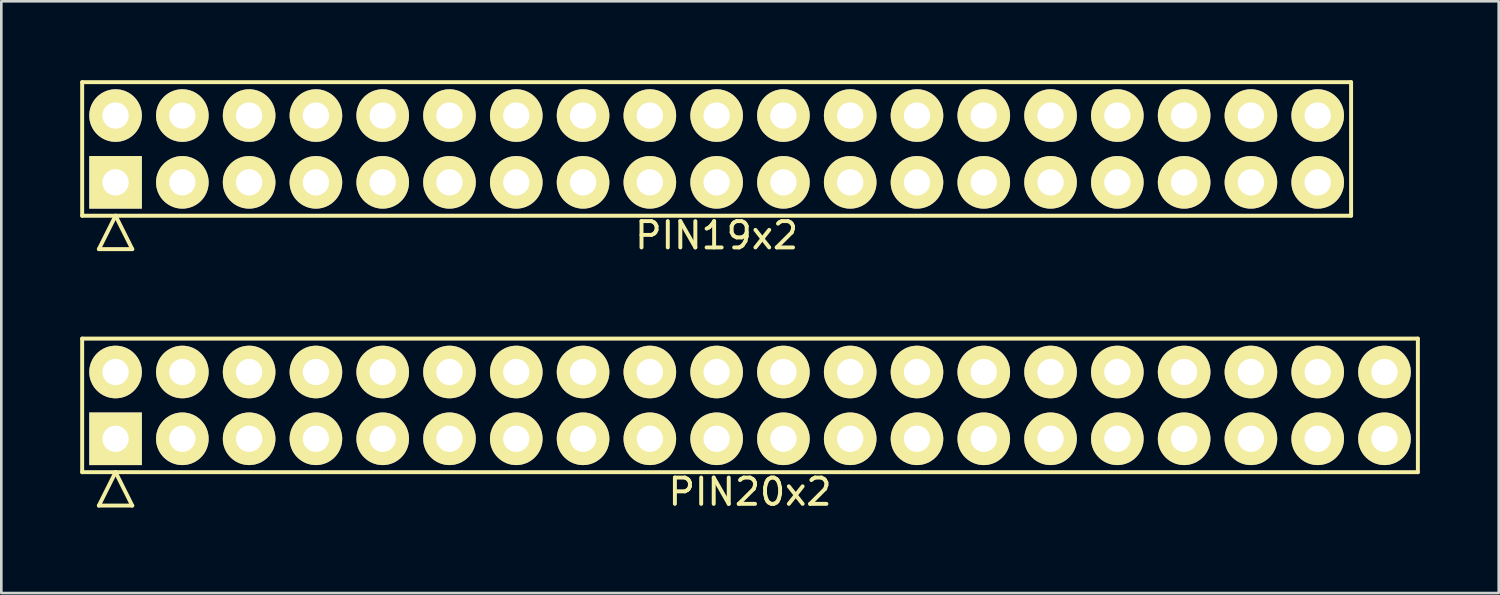
<source format=kicad_pcb>
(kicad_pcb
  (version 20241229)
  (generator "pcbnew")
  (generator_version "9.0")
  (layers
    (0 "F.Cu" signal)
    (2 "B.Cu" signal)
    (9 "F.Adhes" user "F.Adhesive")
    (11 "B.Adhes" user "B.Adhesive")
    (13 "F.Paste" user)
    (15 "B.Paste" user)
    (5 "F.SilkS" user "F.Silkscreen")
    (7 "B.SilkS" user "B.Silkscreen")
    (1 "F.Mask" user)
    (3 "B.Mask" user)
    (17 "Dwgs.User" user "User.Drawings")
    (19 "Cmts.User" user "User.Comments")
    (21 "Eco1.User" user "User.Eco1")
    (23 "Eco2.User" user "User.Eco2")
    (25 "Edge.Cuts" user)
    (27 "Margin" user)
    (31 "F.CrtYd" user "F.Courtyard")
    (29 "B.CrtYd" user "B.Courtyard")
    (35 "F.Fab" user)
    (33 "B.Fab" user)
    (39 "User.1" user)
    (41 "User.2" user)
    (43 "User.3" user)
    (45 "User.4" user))
  (footprint "PIN19x2"
    (layer "F.Cu")
    (at 24.205 2.615)
    (property "Reference" "PIN19x2" (at 0 3.29 0) (layer "F.SilkS") (effects (font (size 1 1) (thickness 0.15))))
    (attr through_hole)
    (fp_line (start -24.13 -2.54) (end -24.13 2.54) (stroke (width 0.15) (type solid)) (layer "F.SilkS"))
    (fp_line (start -24.13 2.54) (end 24.13 2.54) (stroke (width 0.15) (type solid)) (layer "F.SilkS"))
    (fp_line (start -23.495 3.81) (end -22.86 2.54) (stroke (width 0.15) (type solid)) (layer "F.SilkS"))
    (fp_line (start -23.495 3.81) (end -22.225 3.81) (stroke (width 0.15) (type solid)) (layer "F.SilkS"))
    (fp_line (start -22.225 3.81) (end -22.86 2.54) (stroke (width 0.15) (type solid)) (layer "F.SilkS"))
    (fp_line (start 24.13 -2.54) (end -24.13 -2.54) (stroke (width 0.15) (type solid)) (layer "F.SilkS"))
    (fp_line (start 24.13 2.54) (end 24.13 -2.54) (stroke (width 0.15) (type solid)) (layer "F.SilkS"))
    (pad "1" thru_hole rect (at -22.86 1.27) (size 2 2) (drill 1) (layers "*.Cu" "*.Mask" "F.SilkS"))
    (pad "2" thru_hole circle (at -22.86 -1.27) (size 2 2) (drill 1) (layers "*.Cu" "*.Mask" "F.SilkS"))
    (pad "3" thru_hole circle (at -20.32 1.27) (size 2 2) (drill 1) (layers "*.Cu" "*.Mask" "F.SilkS"))
    (pad "4" thru_hole circle (at -20.32 -1.27) (size 2 2) (drill 1) (layers "*.Cu" "*.Mask" "F.SilkS"))
    (pad "5" thru_hole circle (at -17.78 1.27) (size 2 2) (drill 1) (layers "*.Cu" "*.Mask" "F.SilkS"))
    (pad "6" thru_hole circle (at -17.78 -1.27) (size 2 2) (drill 1) (layers "*.Cu" "*.Mask" "F.SilkS"))
    (pad "7" thru_hole circle (at -15.24 1.27) (size 2 2) (drill 1) (layers "*.Cu" "*.Mask" "F.SilkS"))
    (pad "8" thru_hole circle (at -15.24 -1.27) (size 2 2) (drill 1) (layers "*.Cu" "*.Mask" "F.SilkS"))
    (pad "9" thru_hole circle (at -12.7 1.27) (size 2 2) (drill 1) (layers "*.Cu" "*.Mask" "F.SilkS"))
    (pad "10" thru_hole circle (at -12.7 -1.27) (size 2 2) (drill 1) (layers "*.Cu" "*.Mask" "F.SilkS"))
    (pad "11" thru_hole circle (at -10.16 1.27) (size 2 2) (drill 1) (layers "*.Cu" "*.Mask" "F.SilkS"))
    (pad "12" thru_hole circle (at -10.16 -1.27) (size 2 2) (drill 1) (layers "*.Cu" "*.Mask" "F.SilkS"))
    (pad "13" thru_hole circle (at -7.62 1.27) (size 2 2) (drill 1) (layers "*.Cu" "*.Mask" "F.SilkS"))
    (pad "14" thru_hole circle (at -7.62 -1.27) (size 2 2) (drill 1) (layers "*.Cu" "*.Mask" "F.SilkS"))
    (pad "15" thru_hole circle (at -5.08 1.27) (size 2 2) (drill 1) (layers "*.Cu" "*.Mask" "F.SilkS"))
    (pad "16" thru_hole circle (at -5.08 -1.27) (size 2 2) (drill 1) (layers "*.Cu" "*.Mask" "F.SilkS"))
    (pad "17" thru_hole circle (at -2.54 1.27) (size 2 2) (drill 1) (layers "*.Cu" "*.Mask" "F.SilkS"))
    (pad "18" thru_hole circle (at -2.54 -1.27) (size 2 2) (drill 1) (layers "*.Cu" "*.Mask" "F.SilkS"))
    (pad "19" thru_hole circle (at 0 1.27) (size 2 2) (drill 1) (layers "*.Cu" "*.Mask" "F.SilkS"))
    (pad "20" thru_hole circle (at 0 -1.27) (size 2 2) (drill 1) (layers "*.Cu" "*.Mask" "F.SilkS"))
    (pad "21" thru_hole circle (at 2.54 1.27) (size 2 2) (drill 1) (layers "*.Cu" "*.Mask" "F.SilkS"))
    (pad "22" thru_hole circle (at 2.54 -1.27) (size 2 2) (drill 1) (layers "*.Cu" "*.Mask" "F.SilkS"))
    (pad "23" thru_hole circle (at 5.08 1.27) (size 2 2) (drill 1) (layers "*.Cu" "*.Mask" "F.SilkS"))
    (pad "24" thru_hole circle (at 5.08 -1.27) (size 2 2) (drill 1) (layers "*.Cu" "*.Mask" "F.SilkS"))
    (pad "25" thru_hole circle (at 7.62 1.27) (size 2 2) (drill 1) (layers "*.Cu" "*.Mask" "F.SilkS"))
    (pad "26" thru_hole circle (at 7.62 -1.27) (size 2 2) (drill 1) (layers "*.Cu" "*.Mask" "F.SilkS"))
    (pad "27" thru_hole circle (at 10.16 1.27) (size 2 2) (drill 1) (layers "*.Cu" "*.Mask" "F.SilkS"))
    (pad "28" thru_hole circle (at 10.16 -1.27) (size 2 2) (drill 1) (layers "*.Cu" "*.Mask" "F.SilkS"))
    (pad "29" thru_hole circle (at 12.7 1.27) (size 2 2) (drill 1) (layers "*.Cu" "*.Mask" "F.SilkS"))
    (pad "30" thru_hole circle (at 12.7 -1.27) (size 2 2) (drill 1) (layers "*.Cu" "*.Mask" "F.SilkS"))
    (pad "31" thru_hole circle (at 15.24 1.27) (size 2 2) (drill 1) (layers "*.Cu" "*.Mask" "F.SilkS"))
    (pad "32" thru_hole circle (at 15.24 -1.27) (size 2 2) (drill 1) (layers "*.Cu" "*.Mask" "F.SilkS"))
    (pad "33" thru_hole circle (at 17.78 1.27) (size 2 2) (drill 1) (layers "*.Cu" "*.Mask" "F.SilkS"))
    (pad "34" thru_hole circle (at 17.78 -1.27) (size 2 2) (drill 1) (layers "*.Cu" "*.Mask" "F.SilkS"))
    (pad "35" thru_hole circle (at 20.32 1.27) (size 2 2) (drill 1) (layers "*.Cu" "*.Mask" "F.SilkS"))
    (pad "36" thru_hole circle (at 20.32 -1.27) (size 2 2) (drill 1) (layers "*.Cu" "*.Mask" "F.SilkS"))
    (pad "37" thru_hole circle (at 22.86 1.27) (size 2 2) (drill 1) (layers "*.Cu" "*.Mask" "F.SilkS"))
    (pad "38" thru_hole circle (at 22.86 -1.27) (size 2 2) (drill 1) (layers "*.Cu" "*.Mask" "F.SilkS")))
  (footprint "PIN20x2"
    (layer "F.Cu")
    (at 25.475 12.368)
    (property "Reference" "PIN20x2" (at 0 3.29 0) (layer "F.SilkS") (effects (font (size 1 1) (thickness 0.15))))
    (attr through_hole)
    (fp_line (start -25.4 -2.54) (end -25.4 2.54) (stroke (width 0.15) (type solid)) (layer "F.SilkS"))
    (fp_line (start -25.4 2.54) (end 25.4 2.54) (stroke (width 0.15) (type solid)) (layer "F.SilkS"))
    (fp_line (start -24.765 3.81) (end -24.13 2.54) (stroke (width 0.15) (type solid)) (layer "F.SilkS"))
    (fp_line (start -24.765 3.81) (end -23.495 3.81) (stroke (width 0.15) (type solid)) (layer "F.SilkS"))
    (fp_line (start -23.495 3.81) (end -24.13 2.54) (stroke (width 0.15) (type solid)) (layer "F.SilkS"))
    (fp_line (start 25.4 -2.54) (end -25.4 -2.54) (stroke (width 0.15) (type solid)) (layer "F.SilkS"))
    (fp_line (start 25.4 2.54) (end 25.4 -2.54) (stroke (width 0.15) (type solid)) (layer "F.SilkS"))
    (pad "1" thru_hole rect (at -24.13 1.27) (size 2 2) (drill 1) (layers "*.Cu" "*.Mask" "F.SilkS"))
    (pad "2" thru_hole circle (at -24.13 -1.27) (size 2 2) (drill 1) (layers "*.Cu" "*.Mask" "F.SilkS"))
    (pad "3" thru_hole circle (at -21.59 1.27) (size 2 2) (drill 1) (layers "*.Cu" "*.Mask" "F.SilkS"))
    (pad "4" thru_hole circle (at -21.59 -1.27) (size 2 2) (drill 1) (layers "*.Cu" "*.Mask" "F.SilkS"))
    (pad "5" thru_hole circle (at -19.05 1.27) (size 2 2) (drill 1) (layers "*.Cu" "*.Mask" "F.SilkS"))
    (pad "6" thru_hole circle (at -19.05 -1.27) (size 2 2) (drill 1) (layers "*.Cu" "*.Mask" "F.SilkS"))
    (pad "7" thru_hole circle (at -16.51 1.27) (size 2 2) (drill 1) (layers "*.Cu" "*.Mask" "F.SilkS"))
    (pad "8" thru_hole circle (at -16.51 -1.27) (size 2 2) (drill 1) (layers "*.Cu" "*.Mask" "F.SilkS"))
    (pad "9" thru_hole circle (at -13.97 1.27) (size 2 2) (drill 1) (layers "*.Cu" "*.Mask" "F.SilkS"))
    (pad "10" thru_hole circle (at -13.97 -1.27) (size 2 2) (drill 1) (layers "*.Cu" "*.Mask" "F.SilkS"))
    (pad "11" thru_hole circle (at -11.43 1.27) (size 2 2) (drill 1) (layers "*.Cu" "*.Mask" "F.SilkS"))
    (pad "12" thru_hole circle (at -11.43 -1.27) (size 2 2) (drill 1) (layers "*.Cu" "*.Mask" "F.SilkS"))
    (pad "13" thru_hole circle (at -8.89 1.27) (size 2 2) (drill 1) (layers "*.Cu" "*.Mask" "F.SilkS"))
    (pad "14" thru_hole circle (at -8.89 -1.27) (size 2 2) (drill 1) (layers "*.Cu" "*.Mask" "F.SilkS"))
    (pad "15" thru_hole circle (at -6.35 1.27) (size 2 2) (drill 1) (layers "*.Cu" "*.Mask" "F.SilkS"))
    (pad "16" thru_hole circle (at -6.35 -1.27) (size 2 2) (drill 1) (layers "*.Cu" "*.Mask" "F.SilkS"))
    (pad "17" thru_hole circle (at -3.81 1.27) (size 2 2) (drill 1) (layers "*.Cu" "*.Mask" "F.SilkS"))
    (pad "18" thru_hole circle (at -3.81 -1.27) (size 2 2) (drill 1) (layers "*.Cu" "*.Mask" "F.SilkS"))
    (pad "19" thru_hole circle (at -1.27 1.27) (size 2 2) (drill 1) (layers "*.Cu" "*.Mask" "F.SilkS"))
    (pad "20" thru_hole circle (at -1.27 -1.27) (size 2 2) (drill 1) (layers "*.Cu" "*.Mask" "F.SilkS"))
    (pad "21" thru_hole circle (at 1.27 1.27) (size 2 2) (drill 1) (layers "*.Cu" "*.Mask" "F.SilkS"))
    (pad "22" thru_hole circle (at 1.27 -1.27) (size 2 2) (drill 1) (layers "*.Cu" "*.Mask" "F.SilkS"))
    (pad "23" thru_hole circle (at 3.81 1.27) (size 2 2) (drill 1) (layers "*.Cu" "*.Mask" "F.SilkS"))
    (pad "24" thru_hole circle (at 3.81 -1.27) (size 2 2) (drill 1) (layers "*.Cu" "*.Mask" "F.SilkS"))
    (pad "25" thru_hole circle (at 6.35 1.27) (size 2 2) (drill 1) (layers "*.Cu" "*.Mask" "F.SilkS"))
    (pad "26" thru_hole circle (at 6.35 -1.27) (size 2 2) (drill 1) (layers "*.Cu" "*.Mask" "F.SilkS"))
    (pad "27" thru_hole circle (at 8.89 1.27) (size 2 2) (drill 1) (layers "*.Cu" "*.Mask" "F.SilkS"))
    (pad "28" thru_hole circle (at 8.89 -1.27) (size 2 2) (drill 1) (layers "*.Cu" "*.Mask" "F.SilkS"))
    (pad "29" thru_hole circle (at 11.43 1.27) (size 2 2) (drill 1) (layers "*.Cu" "*.Mask" "F.SilkS"))
    (pad "30" thru_hole circle (at 11.43 -1.27) (size 2 2) (drill 1) (layers "*.Cu" "*.Mask" "F.SilkS"))
    (pad "31" thru_hole circle (at 13.97 1.27) (size 2 2) (drill 1) (layers "*.Cu" "*.Mask" "F.SilkS"))
    (pad "32" thru_hole circle (at 13.97 -1.27) (size 2 2) (drill 1) (layers "*.Cu" "*.Mask" "F.SilkS"))
    (pad "33" thru_hole circle (at 16.51 1.27) (size 2 2) (drill 1) (layers "*.Cu" "*.Mask" "F.SilkS"))
    (pad "34" thru_hole circle (at 16.51 -1.27) (size 2 2) (drill 1) (layers "*.Cu" "*.Mask" "F.SilkS"))
    (pad "35" thru_hole circle (at 19.05 1.27) (size 2 2) (drill 1) (layers "*.Cu" "*.Mask" "F.SilkS"))
    (pad "36" thru_hole circle (at 19.05 -1.27) (size 2 2) (drill 1) (layers "*.Cu" "*.Mask" "F.SilkS"))
    (pad "37" thru_hole circle (at 21.59 1.27) (size 2 2) (drill 1) (layers "*.Cu" "*.Mask" "F.SilkS"))
    (pad "38" thru_hole circle (at 21.59 -1.27) (size 2 2) (drill 1) (layers "*.Cu" "*.Mask" "F.SilkS"))
    (pad "39" thru_hole circle (at 24.13 1.27) (size 2 2) (drill 1) (layers "*.Cu" "*.Mask" "F.SilkS"))
    (pad "40" thru_hole circle (at 24.13 -1.27) (size 2 2) (drill 1) (layers "*.Cu" "*.Mask" "F.SilkS")))
  (gr_rect
    (start -3 -3)
    (end 53.95 19.506)
    (stroke (width 0.1) (type default))
    (fill no)
    (layer "Edge.Cuts")))
</source>
